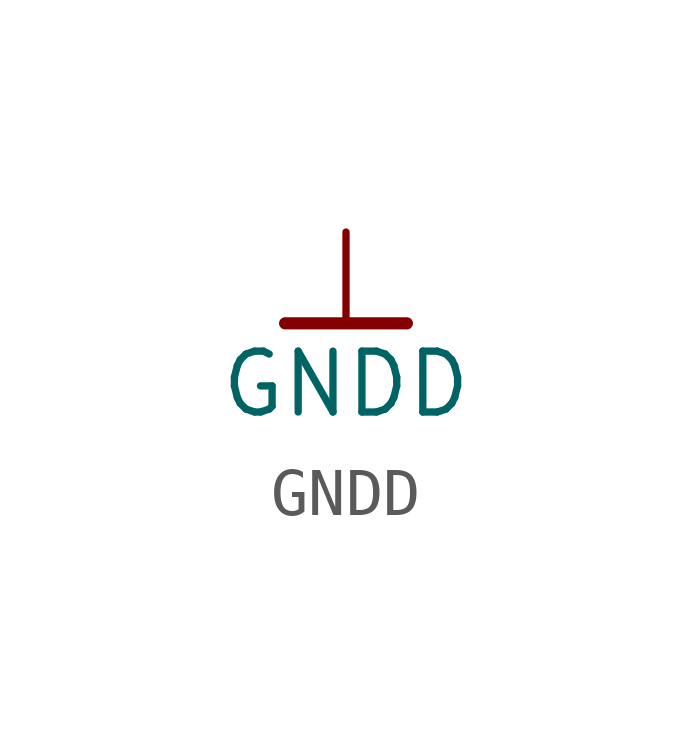
<source format=kicad_sym>
(kicad_symbol_lib
  (version 20211014)
  (generator kicad_symbol_editor)
  (symbol "GNDD"
    (power)
    (pin_names
      (offset 0))
    (property "Reference" "#PWR"
      (at 0 -6.35 0)
      (effects (font (size 1.27 1.27)) hide))
    (property "Value" "GNDD"
      (at 0 -3.175 0)
      (effects (font (size 1.27 1.27))))
    (symbol "GNDD_0_1"
      (rectangle (start -1.27 -1.905) (end 1.27 -1.905) (stroke (width 0.254) (type default) (color 0 0 0 0)) (fill (type outline)))
      (polyline (pts (xy 0 0) (xy 0 -1.905)) (stroke (width 0) (type default) (color 0 0 0 0)) (fill (type none))))
    (symbol "GNDD_1_1"
      (pin power_in line (at 0 0 270) (length 0) hide (name "GNDD" (effects (font (size 1.27 1.27)))) (number "1" (effects (font (size 1.27 1.27))))))))
</source>
